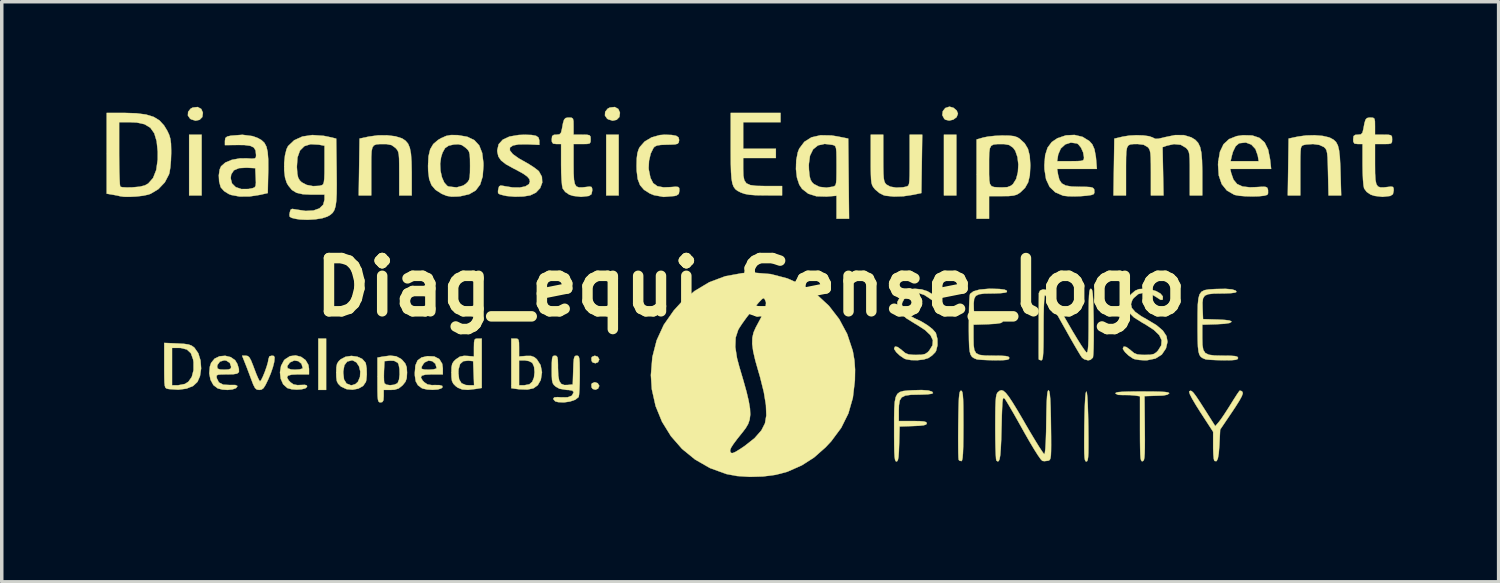
<source format=kicad_pcb>
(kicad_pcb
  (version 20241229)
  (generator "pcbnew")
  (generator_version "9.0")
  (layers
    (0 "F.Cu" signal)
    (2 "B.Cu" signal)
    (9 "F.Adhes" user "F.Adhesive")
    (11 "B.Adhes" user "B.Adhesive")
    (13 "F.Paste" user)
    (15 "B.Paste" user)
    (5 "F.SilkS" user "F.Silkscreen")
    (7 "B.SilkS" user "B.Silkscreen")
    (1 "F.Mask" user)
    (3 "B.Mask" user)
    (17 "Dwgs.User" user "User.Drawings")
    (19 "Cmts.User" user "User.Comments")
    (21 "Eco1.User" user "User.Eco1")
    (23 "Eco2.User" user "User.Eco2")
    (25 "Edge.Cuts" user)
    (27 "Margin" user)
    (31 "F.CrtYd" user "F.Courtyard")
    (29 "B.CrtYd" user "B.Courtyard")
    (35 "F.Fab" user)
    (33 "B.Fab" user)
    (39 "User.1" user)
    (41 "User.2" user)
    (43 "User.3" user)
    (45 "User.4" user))
  (footprint "Diag_equi_Sense_logo"
    (layer "F.Cu")
    (at 18.453 5.174)
    (property "Reference" "Diag_equi_Sense_logo" (at 0 0 0) (layer "F.SilkS") (effects (font (size 1.524 1.524) (thickness 0.3))))
    (attr through_hole)
    (fp_poly (pts (xy -15.73 -2.629) (xy -16.087 -2.629) (xy -16.087 -4.367) (xy -15.73 -4.367) (xy -15.73 -2.629)) (stroke (width 0.01) (type solid)) (fill yes) (layer "F.SilkS"))
    (fp_poly (pts (xy -12.165 2.941) (xy -12.388 2.941) (xy -12.388 1.471) (xy -12.165 1.471) (xy -12.165 2.941)) (stroke (width 0.01) (type solid)) (fill yes) (layer "F.SilkS"))
    (fp_poly (pts (xy -3.788 -2.629) (xy -4.144 -2.629) (xy -4.144 -4.367) (xy -3.788 -4.367) (xy -3.788 -2.629)) (stroke (width 0.01) (type solid)) (fill yes) (layer "F.SilkS"))
    (fp_poly (pts (xy 5.882 -2.629) (xy 5.526 -2.629) (xy 5.526 -4.367) (xy 5.882 -4.367) (xy 5.882 -2.629)) (stroke (width 0.01) (type solid)) (fill yes) (layer "F.SilkS"))
    (fp_poly (pts (xy -4.388 1.99) (xy -4.345 2.062) (xy -4.345 2.073) (xy -4.379 2.147) (xy -4.454 2.177) (xy -4.531 2.155) (xy -4.563 2.112) (xy -4.569 2.027) (xy -4.551 1.994) (xy -4.471 1.962) (xy -4.388 1.99)) (stroke (width 0.01) (type solid)) (fill yes) (layer "F.SilkS"))
    (fp_poly (pts (xy -4.388 2.748) (xy -4.345 2.82) (xy -4.345 2.83) (xy -4.379 2.905) (xy -4.454 2.935) (xy -4.531 2.913) (xy -4.563 2.869) (xy -4.569 2.784) (xy -4.551 2.751) (xy -4.471 2.72) (xy -4.388 2.748)) (stroke (width 0.01) (type solid)) (fill yes) (layer "F.SilkS"))
    (fp_poly (pts (xy -15.74 -5.104) (xy -15.693 -4.995) (xy -15.71 -4.873) (xy -15.787 -4.794) (xy -15.902 -4.768) (xy -16.03 -4.807) (xy -16.06 -4.826) (xy -16.123 -4.917) (xy -16.116 -5.022) (xy -16.045 -5.112) (xy -15.984 -5.144) (xy -15.843 -5.16) (xy -15.74 -5.104)) (stroke (width 0.01) (type solid)) (fill yes) (layer "F.SilkS"))
    (fp_poly (pts (xy -3.798 -5.104) (xy -3.751 -4.995) (xy -3.768 -4.873) (xy -3.845 -4.794) (xy -3.959 -4.768) (xy -4.088 -4.807) (xy -4.118 -4.826) (xy -4.181 -4.917) (xy -4.174 -5.022) (xy -4.103 -5.112) (xy -4.042 -5.144) (xy -3.9 -5.16) (xy -3.798 -5.104)) (stroke (width 0.01) (type solid)) (fill yes) (layer "F.SilkS"))
    (fp_poly (pts (xy 5.8 -5.137) (xy 5.891 -5.059) (xy 5.927 -4.969) (xy 5.888 -4.869) (xy 5.794 -4.799) (xy 5.676 -4.771) (xy 5.566 -4.797) (xy 5.535 -4.822) (xy 5.479 -4.928) (xy 5.494 -5.041) (xy 5.565 -5.131) (xy 5.682 -5.169) (xy 5.687 -5.169) (xy 5.8 -5.137)) (stroke (width 0.01) (type solid)) (fill yes) (layer "F.SilkS"))
    (fp_poly (pts (xy 6.038 2.974) (xy 6.054 3.012) (xy 6.066 3.088) (xy 6.075 3.213) (xy 6.08 3.396) (xy 6.082 3.649) (xy 6.083 3.962) (xy 6.081 4.306) (xy 6.077 4.569) (xy 6.07 4.759) (xy 6.059 4.886) (xy 6.044 4.957) (xy 6.027 4.98) (xy 5.964 4.963) (xy 5.948 4.938) (xy 5.942 4.877) (xy 5.937 4.741) (xy 5.935 4.544) (xy 5.934 4.299) (xy 5.936 4.022) (xy 5.937 3.92) (xy 5.942 3.6) (xy 5.948 3.358) (xy 5.955 3.185) (xy 5.966 3.069) (xy 5.98 3.001) (xy 5.999 2.969) (xy 6.016 2.963) (xy 6.038 2.974)) (stroke (width 0.01) (type solid)) (fill yes) (layer "F.SilkS"))
    (fp_poly (pts (xy 9.619 3.029) (xy 9.633 3.157) (xy 9.644 3.362) (xy 9.653 3.641) (xy 9.66 3.987) (xy 9.66 3.988) (xy 9.663 4.315) (xy 9.663 4.564) (xy 9.661 4.744) (xy 9.654 4.866) (xy 9.643 4.941) (xy 9.627 4.979) (xy 9.606 4.991) (xy 9.603 4.991) (xy 9.581 4.982) (xy 9.564 4.947) (xy 9.553 4.877) (xy 9.546 4.761) (xy 9.543 4.588) (xy 9.543 4.349) (xy 9.546 4.032) (xy 9.546 3.988) (xy 9.553 3.642) (xy 9.562 3.363) (xy 9.573 3.157) (xy 9.587 3.03) (xy 9.603 2.986) (xy 9.603 2.986) (xy 9.619 3.029)) (stroke (width 0.01) (type solid)) (fill yes) (layer "F.SilkS"))
    (fp_poly (pts (xy 0.847 -4.724) (xy -0.223 -4.724) (xy -0.223 -3.966) (xy 0.713 -3.966) (xy 0.713 -3.699) (xy -0.223 -3.699) (xy -0.223 -3.387) (xy -0.217 -3.195) (xy -0.19 -3.061) (xy -0.13 -2.975) (xy -0.022 -2.925) (xy 0.147 -2.902) (xy 0.389 -2.897) (xy 0.423 -2.896) (xy 0.891 -2.896) (xy 0.891 -2.629) (xy 0.39 -2.63) (xy 0.139 -2.634) (xy -0.045 -2.648) (xy -0.181 -2.673) (xy -0.291 -2.712) (xy -0.378 -2.756) (xy -0.446 -2.807) (xy -0.496 -2.875) (xy -0.532 -2.972) (xy -0.556 -3.109) (xy -0.57 -3.297) (xy -0.577 -3.547) (xy -0.579 -3.872) (xy -0.579 -4.013) (xy -0.579 -4.991) (xy 0.847 -4.991) (xy 0.847 -4.724)) (stroke (width 0.01) (type solid)) (fill yes) (layer "F.SilkS"))
    (fp_poly (pts (xy -14.408 1.971) (xy -14.362 2.011) (xy -14.314 2.098) (xy -14.254 2.248) (xy -14.224 2.328) (xy -14.161 2.493) (xy -14.106 2.619) (xy -14.067 2.688) (xy -14.057 2.696) (xy -14.024 2.657) (xy -13.975 2.558) (xy -13.92 2.424) (xy -13.869 2.279) (xy -13.831 2.149) (xy -13.816 2.061) (xy -13.789 1.98) (xy -13.719 1.961) (xy -13.661 1.969) (xy -13.64 2.011) (xy -13.648 2.109) (xy -13.654 2.15) (xy -13.689 2.289) (xy -13.75 2.467) (xy -13.823 2.64) (xy -13.899 2.797) (xy -13.957 2.889) (xy -14.013 2.931) (xy -14.079 2.941) (xy -14.149 2.931) (xy -14.201 2.886) (xy -14.251 2.789) (xy -14.291 2.685) (xy -14.362 2.494) (xy -14.439 2.291) (xy -14.477 2.195) (xy -14.57 1.961) (xy -14.464 1.961) (xy -14.408 1.971)) (stroke (width 0.01) (type solid)) (fill yes) (layer "F.SilkS"))
    (fp_poly (pts (xy -6.688 1.477) (xy -6.655 1.509) (xy -6.642 1.588) (xy -6.64 1.727) (xy -6.64 1.984) (xy -6.441 1.968) (xy -6.3 1.967) (xy -6.203 2.003) (xy -6.132 2.063) (xy -6.024 2.231) (xy -5.984 2.435) (xy -6.017 2.647) (xy -6.023 2.664) (xy -6.105 2.806) (xy -6.227 2.894) (xy -6.402 2.931) (xy -6.641 2.922) (xy -6.74 2.909) (xy -6.862 2.891) (xy -6.862 2.094) (xy -6.64 2.094) (xy -6.64 2.807) (xy -6.486 2.807) (xy -6.345 2.78) (xy -6.263 2.708) (xy -6.213 2.585) (xy -6.196 2.43) (xy -6.21 2.28) (xy -6.258 2.171) (xy -6.264 2.164) (xy -6.356 2.116) (xy -6.481 2.094) (xy -6.487 2.094) (xy -6.64 2.094) (xy -6.862 2.094) (xy -6.862 1.471) (xy -6.751 1.471) (xy -6.688 1.477)) (stroke (width 0.01) (type solid)) (fill yes) (layer "F.SilkS"))
    (fp_poly (pts (xy -10.182 -4.321) (xy -9.997 -4.263) (xy -9.987 -4.259) (xy -9.89 -4.194) (xy -9.818 -4.109) (xy -9.768 -3.989) (xy -9.736 -3.822) (xy -9.72 -3.593) (xy -9.714 -3.29) (xy -9.714 -3.254) (xy -9.714 -2.629) (xy -10.071 -2.629) (xy -10.071 -3.255) (xy -10.072 -3.503) (xy -10.075 -3.679) (xy -10.084 -3.798) (xy -10.101 -3.877) (xy -10.128 -3.931) (xy -10.168 -3.978) (xy -10.18 -3.99) (xy -10.292 -4.07) (xy -10.435 -4.098) (xy -10.481 -4.099) (xy -10.624 -4.099) (xy -10.727 -4.09) (xy -10.797 -4.061) (xy -10.84 -4) (xy -10.863 -3.893) (xy -10.872 -3.728) (xy -10.873 -3.493) (xy -10.873 -3.337) (xy -10.873 -2.629) (xy -11.231 -2.629) (xy -11.219 -3.442) (xy -11.207 -4.256) (xy -10.94 -4.313) (xy -10.683 -4.348) (xy -10.421 -4.35) (xy -10.182 -4.321)) (stroke (width 0.01) (type solid)) (fill yes) (layer "F.SilkS"))
    (fp_poly (pts (xy -7.709 2.885) (xy -7.876 2.912) (xy -8.102 2.939) (xy -8.267 2.928) (xy -8.394 2.877) (xy -8.453 2.834) (xy -8.523 2.763) (xy -8.561 2.686) (xy -8.576 2.573) (xy -8.578 2.451) (xy -8.378 2.451) (xy -8.357 2.635) (xy -8.29 2.749) (xy -8.168 2.801) (xy -8.083 2.807) (xy -7.928 2.807) (xy -7.941 2.462) (xy -7.954 2.117) (xy -8.093 2.103) (xy -8.237 2.118) (xy -8.329 2.199) (xy -8.373 2.351) (xy -8.378 2.451) (xy -8.578 2.451) (xy -8.574 2.293) (xy -8.554 2.193) (xy -8.508 2.121) (xy -8.448 2.064) (xy -8.337 1.989) (xy -8.216 1.965) (xy -8.125 1.968) (xy -7.932 1.984) (xy -7.932 1.727) (xy -7.929 1.583) (xy -7.915 1.506) (xy -7.881 1.476) (xy -7.821 1.471) (xy -7.709 1.471) (xy -7.709 2.885)) (stroke (width 0.01) (type solid)) (fill yes) (layer "F.SilkS"))
    (fp_poly (pts (xy 16.372 -4.332) (xy 16.554 -4.29) (xy 16.587 -4.276) (xy 16.684 -4.223) (xy 16.755 -4.155) (xy 16.806 -4.059) (xy 16.84 -3.921) (xy 16.862 -3.729) (xy 16.876 -3.468) (xy 16.881 -3.309) (xy 16.9 -2.629) (xy 16.539 -2.629) (xy 16.524 -3.279) (xy 16.518 -3.533) (xy 16.511 -3.714) (xy 16.499 -3.836) (xy 16.482 -3.914) (xy 16.456 -3.965) (xy 16.418 -4.003) (xy 16.405 -4.015) (xy 16.274 -4.075) (xy 16.095 -4.1) (xy 15.9 -4.087) (xy 15.83 -4.072) (xy 15.793 -4.059) (xy 15.766 -4.034) (xy 15.748 -3.985) (xy 15.738 -3.897) (xy 15.732 -3.757) (xy 15.73 -3.553) (xy 15.73 -3.337) (xy 15.73 -2.629) (xy 15.372 -2.629) (xy 15.384 -3.442) (xy 15.396 -4.256) (xy 15.663 -4.313) (xy 15.896 -4.345) (xy 16.142 -4.351) (xy 16.372 -4.332)) (stroke (width 0.01) (type solid)) (fill yes) (layer "F.SilkS"))
    (fp_poly (pts (xy -16.424 1.611) (xy -16.231 1.622) (xy -16.103 1.641) (xy -16.016 1.673) (xy -15.945 1.724) (xy -15.934 1.735) (xy -15.825 1.892) (xy -15.761 2.099) (xy -15.744 2.327) (xy -15.777 2.547) (xy -15.849 2.711) (xy -15.974 2.828) (xy -16.163 2.904) (xy -16.397 2.935) (xy -16.66 2.917) (xy -16.699 2.91) (xy -16.738 2.899) (xy -16.766 2.876) (xy -16.783 2.825) (xy -16.794 2.734) (xy -16.798 2.589) (xy -16.8 2.375) (xy -16.8 2.243) (xy -16.8 1.738) (xy -16.577 1.738) (xy -16.577 2.807) (xy -16.401 2.807) (xy -16.208 2.77) (xy -16.109 2.707) (xy -16.012 2.569) (xy -15.961 2.375) (xy -15.961 2.147) (xy -15.972 2.072) (xy -16.036 1.892) (xy -16.151 1.784) (xy -16.325 1.74) (xy -16.376 1.738) (xy -16.577 1.738) (xy -16.8 1.738) (xy -16.8 1.595) (xy -16.424 1.611)) (stroke (width 0.01) (type solid)) (fill yes) (layer "F.SilkS"))
    (fp_poly (pts (xy 3.788 -3.699) (xy 3.789 -3.438) (xy 3.793 -3.252) (xy 3.802 -3.124) (xy 3.817 -3.04) (xy 3.841 -2.985) (xy 3.875 -2.943) (xy 3.877 -2.941) (xy 3.991 -2.879) (xy 4.159 -2.851) (xy 4.35 -2.86) (xy 4.445 -2.88) (xy 4.482 -2.893) (xy 4.509 -2.917) (xy 4.527 -2.965) (xy 4.537 -3.051) (xy 4.543 -3.188) (xy 4.545 -3.389) (xy 4.545 -3.637) (xy 4.545 -4.367) (xy 4.904 -4.367) (xy 4.892 -3.531) (xy 4.879 -2.696) (xy 4.634 -2.645) (xy 4.36 -2.604) (xy 4.091 -2.596) (xy 3.862 -2.619) (xy 3.803 -2.633) (xy 3.679 -2.696) (xy 3.56 -2.795) (xy 3.546 -2.811) (xy 3.503 -2.865) (xy 3.472 -2.919) (xy 3.452 -2.988) (xy 3.44 -3.088) (xy 3.434 -3.234) (xy 3.431 -3.441) (xy 3.431 -3.657) (xy 3.431 -4.367) (xy 3.788 -4.367) (xy 3.788 -3.699)) (stroke (width 0.01) (type solid)) (fill yes) (layer "F.SilkS"))
    (fp_poly (pts (xy -11.273 1.989) (xy -11.131 2.053) (xy -11.039 2.157) (xy -11.029 2.182) (xy -11.005 2.322) (xy -11 2.497) (xy -11.014 2.657) (xy -11.027 2.712) (xy -11.106 2.827) (xy -11.241 2.903) (xy -11.407 2.935) (xy -11.578 2.919) (xy -11.728 2.851) (xy -11.751 2.834) (xy -11.821 2.763) (xy -11.859 2.686) (xy -11.873 2.573) (xy -11.876 2.451) (xy -11.675 2.451) (xy -11.652 2.642) (xy -11.58 2.759) (xy -11.458 2.806) (xy -11.429 2.807) (xy -11.324 2.772) (xy -11.254 2.708) (xy -11.195 2.568) (xy -11.186 2.413) (xy -11.222 2.267) (xy -11.296 2.154) (xy -11.4 2.097) (xy -11.429 2.094) (xy -11.561 2.129) (xy -11.642 2.233) (xy -11.674 2.41) (xy -11.675 2.451) (xy -11.876 2.451) (xy -11.871 2.292) (xy -11.851 2.192) (xy -11.805 2.12) (xy -11.751 2.068) (xy -11.609 1.992) (xy -11.441 1.967) (xy -11.273 1.989)) (stroke (width 0.01) (type solid)) (fill yes) (layer "F.SilkS"))
    (fp_poly (pts (xy 14.046 2.973) (xy 14.075 3) (xy 14.082 3.044) (xy 14.053 3.125) (xy 13.983 3.252) (xy 13.867 3.436) (xy 13.779 3.568) (xy 13.435 4.077) (xy 13.413 4.519) (xy 13.395 4.755) (xy 13.369 4.906) (xy 13.334 4.979) (xy 13.286 4.979) (xy 13.265 4.962) (xy 13.252 4.907) (xy 13.241 4.784) (xy 13.235 4.617) (xy 13.235 4.536) (xy 13.235 4.141) (xy 12.872 3.583) (xy 12.736 3.367) (xy 12.632 3.189) (xy 12.567 3.061) (xy 12.547 2.992) (xy 12.549 2.985) (xy 12.581 2.965) (xy 12.618 2.974) (xy 12.67 3.022) (xy 12.742 3.117) (xy 12.845 3.271) (xy 12.986 3.491) (xy 12.988 3.493) (xy 13.295 3.979) (xy 13.398 3.859) (xy 13.466 3.769) (xy 13.563 3.626) (xy 13.674 3.454) (xy 13.733 3.36) (xy 13.834 3.198) (xy 13.919 3.066) (xy 13.978 2.982) (xy 13.996 2.961) (xy 14.046 2.973)) (stroke (width 0.01) (type solid)) (fill yes) (layer "F.SilkS"))
    (fp_poly (pts (xy 11.501 2.987) (xy 11.716 2.992) (xy 11.86 3) (xy 11.944 3.013) (xy 11.975 3.032) (xy 11.975 3.041) (xy 11.922 3.078) (xy 11.808 3.1) (xy 11.76 3.103) (xy 11.597 3.108) (xy 11.443 3.113) (xy 11.417 3.114) (xy 11.269 3.119) (xy 11.277 4.044) (xy 11.279 4.356) (xy 11.278 4.59) (xy 11.274 4.758) (xy 11.266 4.87) (xy 11.254 4.937) (xy 11.235 4.971) (xy 11.212 4.983) (xy 11.188 4.98) (xy 11.17 4.953) (xy 11.157 4.892) (xy 11.149 4.786) (xy 11.144 4.623) (xy 11.141 4.394) (xy 11.14 4.087) (xy 11.14 4.06) (xy 11.14 3.123) (xy 10.996 3.101) (xy 10.855 3.089) (xy 10.69 3.087) (xy 10.655 3.088) (xy 10.514 3.082) (xy 10.443 3.049) (xy 10.439 3.041) (xy 10.452 3.02) (xy 10.512 3.005) (xy 10.628 2.995) (xy 10.811 2.989) (xy 11.07 2.986) (xy 11.207 2.986) (xy 11.501 2.987)) (stroke (width 0.01) (type solid)) (fill yes) (layer "F.SilkS"))
    (fp_poly (pts (xy -12.883 1.993) (xy -12.753 2.087) (xy -12.672 2.226) (xy -12.655 2.337) (xy -12.655 2.495) (xy -12.967 2.495) (xy -13.154 2.504) (xy -13.258 2.533) (xy -13.284 2.586) (xy -13.235 2.67) (xy -13.186 2.722) (xy -13.098 2.784) (xy -12.983 2.804) (xy -12.895 2.8) (xy -12.771 2.796) (xy -12.716 2.814) (xy -12.71 2.852) (xy -12.759 2.896) (xy -12.868 2.923) (xy -13.008 2.933) (xy -13.15 2.922) (xy -13.268 2.89) (xy -13.278 2.885) (xy -13.395 2.779) (xy -13.465 2.621) (xy -13.486 2.438) (xy -13.456 2.259) (xy -13.278 2.259) (xy -13.265 2.322) (xy -13.169 2.355) (xy -13.056 2.362) (xy -12.924 2.353) (xy -12.846 2.33) (xy -12.834 2.314) (xy -12.87 2.192) (xy -12.96 2.117) (xy -13.077 2.099) (xy -13.193 2.15) (xy -13.209 2.164) (xy -13.278 2.259) (xy -13.456 2.259) (xy -13.456 2.254) (xy -13.372 2.097) (xy -13.345 2.067) (xy -13.2 1.975) (xy -13.039 1.953) (xy -12.883 1.993)) (stroke (width 0.01) (type solid)) (fill yes) (layer "F.SilkS"))
    (fp_poly (pts (xy -9.068 1.983) (xy -8.923 2.058) (xy -8.841 2.192) (xy -8.823 2.32) (xy -8.823 2.495) (xy -9.135 2.495) (xy -9.322 2.504) (xy -9.426 2.533) (xy -9.451 2.586) (xy -9.403 2.67) (xy -9.355 2.721) (xy -9.262 2.784) (xy -9.136 2.804) (xy -9.067 2.802) (xy -8.92 2.803) (xy -8.839 2.826) (xy -8.832 2.866) (xy -8.869 2.898) (xy -8.968 2.928) (xy -9.116 2.938) (xy -9.272 2.929) (xy -9.399 2.901) (xy -9.425 2.89) (xy -9.536 2.807) (xy -9.599 2.694) (xy -9.624 2.528) (xy -9.625 2.447) (xy -9.611 2.285) (xy -9.433 2.285) (xy -9.429 2.336) (xy -9.357 2.357) (xy -9.224 2.362) (xy -9.092 2.353) (xy -9.013 2.33) (xy -9.001 2.314) (xy -9.036 2.192) (xy -9.123 2.118) (xy -9.234 2.102) (xy -9.341 2.152) (xy -9.378 2.193) (xy -9.433 2.285) (xy -9.611 2.285) (xy -9.607 2.237) (xy -9.546 2.096) (xy -9.432 2.012) (xy -9.267 1.974) (xy -9.068 1.983)) (stroke (width 0.01) (type solid)) (fill yes) (layer "F.SilkS"))
    (fp_poly (pts (xy -2.27 -4.359) (xy -2.14 -4.335) (xy -2.074 -4.289) (xy -2.057 -4.217) (xy -2.059 -4.199) (xy -2.07 -4.141) (xy -2.102 -4.107) (xy -2.173 -4.09) (xy -2.304 -4.083) (xy -2.399 -4.082) (xy -2.577 -4.075) (xy -2.689 -4.058) (xy -2.757 -4.025) (xy -2.79 -3.99) (xy -2.87 -3.828) (xy -2.919 -3.621) (xy -2.93 -3.413) (xy -2.925 -3.362) (xy -2.878 -3.132) (xy -2.8 -2.979) (xy -2.678 -2.891) (xy -2.5 -2.859) (xy -2.306 -2.866) (xy -2.162 -2.877) (xy -2.086 -2.871) (xy -2.055 -2.841) (xy -2.05 -2.777) (xy -2.05 -2.764) (xy -2.066 -2.673) (xy -2.13 -2.627) (xy -2.189 -2.612) (xy -2.502 -2.586) (xy -2.785 -2.638) (xy -2.897 -2.685) (xy -3.063 -2.791) (xy -3.176 -2.923) (xy -3.243 -3.098) (xy -3.272 -3.333) (xy -3.275 -3.476) (xy -3.27 -3.688) (xy -3.251 -3.839) (xy -3.215 -3.953) (xy -3.185 -4.011) (xy -3.045 -4.17) (xy -2.845 -4.29) (xy -2.61 -4.356) (xy -2.475 -4.366) (xy -2.27 -4.359)) (stroke (width 0.01) (type solid)) (fill yes) (layer "F.SilkS"))
    (fp_poly (pts (xy -14.897 2.002) (xy -14.77 2.091) (xy -14.707 2.196) (xy -14.663 2.339) (xy -14.661 2.428) (xy -14.714 2.474) (xy -14.832 2.493) (xy -14.989 2.495) (xy -15.157 2.497) (xy -15.253 2.504) (xy -15.296 2.525) (xy -15.302 2.566) (xy -15.295 2.608) (xy -15.235 2.727) (xy -15.109 2.791) (xy -14.913 2.801) (xy -14.901 2.8) (xy -14.765 2.8) (xy -14.707 2.827) (xy -14.705 2.836) (xy -14.745 2.89) (xy -14.847 2.926) (xy -14.986 2.941) (xy -15.136 2.931) (xy -15.269 2.897) (xy -15.392 2.803) (xy -15.475 2.651) (xy -15.511 2.466) (xy -15.494 2.282) (xy -15.285 2.282) (xy -15.268 2.332) (xy -15.204 2.356) (xy -15.084 2.362) (xy -14.957 2.355) (xy -14.897 2.33) (xy -14.884 2.282) (xy -14.922 2.168) (xy -15.023 2.102) (xy -15.084 2.094) (xy -15.206 2.13) (xy -15.276 2.225) (xy -15.285 2.282) (xy -15.494 2.282) (xy -15.493 2.272) (xy -15.458 2.168) (xy -15.359 2.046) (xy -15.217 1.978) (xy -15.054 1.964) (xy -14.897 2.002)) (stroke (width 0.01) (type solid)) (fill yes) (layer "F.SilkS"))
    (fp_poly (pts (xy 5.076 2.957) (xy 5.186 2.99) (xy 5.214 3.031) (xy 5.172 3.052) (xy 5.058 3.067) (xy 4.889 3.074) (xy 4.823 3.075) (xy 4.583 3.08) (xy 4.419 3.103) (xy 4.315 3.155) (xy 4.259 3.245) (xy 4.237 3.385) (xy 4.233 3.523) (xy 4.233 3.832) (xy 4.634 3.832) (xy 4.831 3.835) (xy 4.954 3.845) (xy 5.017 3.864) (xy 5.035 3.896) (xy 5.035 3.897) (xy 5.016 3.931) (xy 4.949 3.953) (xy 4.821 3.967) (xy 4.646 3.975) (xy 4.256 3.988) (xy 4.243 4.49) (xy 4.235 4.714) (xy 4.224 4.862) (xy 4.207 4.949) (xy 4.183 4.986) (xy 4.165 4.991) (xy 4.143 4.979) (xy 4.126 4.937) (xy 4.114 4.854) (xy 4.106 4.719) (xy 4.102 4.522) (xy 4.1 4.251) (xy 4.1 4.082) (xy 4.1 3.741) (xy 4.105 3.479) (xy 4.118 3.285) (xy 4.145 3.147) (xy 4.192 3.057) (xy 4.262 3.002) (xy 4.36 2.973) (xy 4.492 2.959) (xy 4.624 2.951) (xy 4.887 2.944) (xy 5.076 2.957)) (stroke (width 0.01) (type solid)) (fill yes) (layer "F.SilkS"))
    (fp_poly (pts (xy -10.16 1.978) (xy -10.025 2.049) (xy -9.978 2.091) (xy -9.897 2.188) (xy -9.858 2.29) (xy -9.848 2.437) (xy -9.848 2.451) (xy -9.857 2.603) (xy -9.893 2.707) (xy -9.97 2.803) (xy -9.978 2.811) (xy -10.086 2.898) (xy -10.204 2.935) (xy -10.313 2.941) (xy -10.516 2.941) (xy -10.516 3.119) (xy -10.524 3.236) (xy -10.554 3.287) (xy -10.606 3.298) (xy -10.64 3.293) (xy -10.665 3.27) (xy -10.681 3.216) (xy -10.69 3.117) (xy -10.694 2.959) (xy -10.695 2.729) (xy -10.695 2.657) (xy -10.695 2.56) (xy -10.511 2.56) (xy -10.507 2.686) (xy -10.498 2.747) (xy -10.44 2.791) (xy -10.334 2.806) (xy -10.218 2.793) (xy -10.128 2.753) (xy -10.116 2.741) (xy -10.077 2.645) (xy -10.06 2.5) (xy -10.064 2.344) (xy -10.088 2.214) (xy -10.114 2.163) (xy -10.218 2.107) (xy -10.334 2.103) (xy -10.494 2.117) (xy -10.508 2.402) (xy -10.511 2.56) (xy -10.695 2.56) (xy -10.695 2.016) (xy -10.555 1.989) (xy -10.33 1.959) (xy -10.16 1.978)) (stroke (width 0.01) (type solid)) (fill yes) (layer "F.SilkS"))
    (fp_poly (pts (xy 2.307 -4.345) (xy 2.473 -4.318) (xy 2.785 -4.256) (xy 2.797 -3.108) (xy 2.809 -1.961) (xy 2.451 -1.961) (xy 2.451 -2.619) (xy 2.169 -2.596) (xy 1.877 -2.604) (xy 1.642 -2.677) (xy 1.465 -2.815) (xy 1.384 -2.936) (xy 1.318 -3.135) (xy 1.289 -3.381) (xy 1.293 -3.514) (xy 1.656 -3.514) (xy 1.66 -3.371) (xy 1.677 -3.196) (xy 1.703 -3.084) (xy 1.748 -3.007) (xy 1.802 -2.954) (xy 1.96 -2.874) (xy 2.163 -2.851) (xy 2.351 -2.88) (xy 2.392 -2.895) (xy 2.42 -2.923) (xy 2.437 -2.981) (xy 2.447 -3.082) (xy 2.45 -3.242) (xy 2.451 -3.475) (xy 2.451 -3.476) (xy 2.45 -3.71) (xy 2.447 -3.87) (xy 2.437 -3.971) (xy 2.42 -4.028) (xy 2.392 -4.057) (xy 2.351 -4.072) (xy 2.351 -4.072) (xy 2.111 -4.104) (xy 1.92 -4.062) (xy 1.779 -3.948) (xy 1.69 -3.765) (xy 1.656 -3.514) (xy 1.293 -3.514) (xy 1.297 -3.636) (xy 1.342 -3.865) (xy 1.383 -3.969) (xy 1.529 -4.163) (xy 1.732 -4.291) (xy 1.992 -4.351) (xy 2.307 -4.345)) (stroke (width 0.01) (type solid)) (fill yes) (layer "F.SilkS"))
    (fp_poly (pts (xy 14.354 -4.345) (xy 14.559 -4.277) (xy 14.709 -4.144) (xy 14.809 -3.94) (xy 14.864 -3.665) (xy 14.895 -3.387) (xy 13.723 -3.387) (xy 13.752 -3.264) (xy 13.817 -3.079) (xy 13.92 -2.955) (xy 14.074 -2.884) (xy 14.289 -2.86) (xy 14.467 -2.866) (xy 14.632 -2.876) (xy 14.729 -2.874) (xy 14.778 -2.855) (xy 14.799 -2.812) (xy 14.806 -2.78) (xy 14.807 -2.688) (xy 14.784 -2.645) (xy 14.695 -2.62) (xy 14.544 -2.604) (xy 14.358 -2.599) (xy 14.163 -2.604) (xy 13.987 -2.618) (xy 13.856 -2.642) (xy 13.836 -2.649) (xy 13.627 -2.77) (xy 13.48 -2.953) (xy 13.396 -3.199) (xy 13.375 -3.507) (xy 13.38 -3.596) (xy 13.383 -3.609) (xy 13.734 -3.609) (xy 14.539 -3.609) (xy 14.512 -3.772) (xy 14.446 -3.957) (xy 14.328 -4.084) (xy 14.171 -4.143) (xy 13.992 -4.124) (xy 13.972 -4.117) (xy 13.878 -4.036) (xy 13.801 -3.877) (xy 13.767 -3.755) (xy 13.734 -3.609) (xy 13.383 -3.609) (xy 13.43 -3.88) (xy 13.532 -4.094) (xy 13.691 -4.241) (xy 13.91 -4.327) (xy 14.087 -4.352) (xy 14.354 -4.345)) (stroke (width 0.01) (type solid)) (fill yes) (layer "F.SilkS"))
    (fp_poly (pts (xy -6.281 -4.359) (xy -6.152 -4.334) (xy -6.084 -4.286) (xy -6.061 -4.209) (xy -6.06 -4.194) (xy -6.06 -4.076) (xy -6.389 -4.092) (xy -6.643 -4.091) (xy -6.814 -4.059) (xy -6.901 -4) (xy -6.903 -3.917) (xy -6.82 -3.812) (xy -6.649 -3.689) (xy -6.528 -3.621) (xy -6.355 -3.522) (xy -6.202 -3.423) (xy -6.094 -3.34) (xy -6.071 -3.317) (xy -5.986 -3.162) (xy -5.977 -2.995) (xy -6.037 -2.837) (xy -6.158 -2.708) (xy -6.319 -2.631) (xy -6.52 -2.598) (xy -6.76 -2.592) (xy -6.994 -2.612) (xy -7.076 -2.629) (xy -7.191 -2.659) (xy -7.24 -2.693) (xy -7.243 -2.755) (xy -7.233 -2.813) (xy -7.211 -2.888) (xy -7.166 -2.912) (xy -7.068 -2.897) (xy -7.048 -2.892) (xy -6.819 -2.856) (xy -6.618 -2.855) (xy -6.459 -2.887) (xy -6.358 -2.95) (xy -6.328 -3.025) (xy -6.345 -3.096) (xy -6.405 -3.168) (xy -6.519 -3.25) (xy -6.7 -3.35) (xy -6.803 -3.403) (xy -7.015 -3.52) (xy -7.154 -3.628) (xy -7.232 -3.742) (xy -7.262 -3.876) (xy -7.264 -3.924) (xy -7.224 -4.095) (xy -7.106 -4.225) (xy -6.914 -4.314) (xy -6.648 -4.359) (xy -6.484 -4.365) (xy -6.281 -4.359)) (stroke (width 0.01) (type solid)) (fill yes) (layer "F.SilkS"))
    (fp_poly (pts (xy 7.4 -4.34) (xy 7.532 -4.325) (xy 7.626 -4.294) (xy 7.695 -4.251) (xy 7.838 -4.119) (xy 7.931 -3.963) (xy 7.982 -3.764) (xy 7.999 -3.502) (xy 7.999 -3.476) (xy 7.985 -3.207) (xy 7.937 -3.003) (xy 7.848 -2.845) (xy 7.709 -2.711) (xy 7.695 -2.701) (xy 7.615 -2.652) (xy 7.518 -2.624) (xy 7.38 -2.61) (xy 7.193 -2.608) (xy 6.818 -2.608) (xy 6.818 -1.961) (xy 6.461 -1.961) (xy 6.461 -3.474) (xy 6.818 -3.474) (xy 6.818 -3.231) (xy 6.824 -3.063) (xy 6.844 -2.956) (xy 6.886 -2.895) (xy 6.959 -2.868) (xy 7.072 -2.86) (xy 7.188 -2.857) (xy 7.341 -2.865) (xy 7.445 -2.906) (xy 7.505 -2.956) (xy 7.594 -3.099) (xy 7.644 -3.294) (xy 7.657 -3.512) (xy 7.632 -3.726) (xy 7.569 -3.907) (xy 7.505 -3.995) (xy 7.393 -4.072) (xy 7.244 -4.099) (xy 7.21 -4.099) (xy 7.055 -4.098) (xy 6.947 -4.086) (xy 6.878 -4.049) (xy 6.84 -3.974) (xy 6.822 -3.847) (xy 6.818 -3.655) (xy 6.818 -3.474) (xy 6.461 -3.474) (xy 6.461 -4.23) (xy 6.651 -4.285) (xy 6.789 -4.313) (xy 6.978 -4.333) (xy 7.18 -4.343) (xy 7.205 -4.343) (xy 7.4 -4.34)) (stroke (width 0.01) (type solid)) (fill yes) (layer "F.SilkS"))
    (fp_poly (pts (xy -4.953 1.966) (xy -4.929 1.992) (xy -4.914 2.052) (xy -4.906 2.16) (xy -4.903 2.332) (xy -4.902 2.529) (xy -4.905 2.748) (xy -4.912 2.936) (xy -4.922 3.074) (xy -4.934 3.143) (xy -4.936 3.146) (xy -5.03 3.221) (xy -5.18 3.273) (xy -5.355 3.298) (xy -5.522 3.29) (xy -5.604 3.268) (xy -5.655 3.211) (xy -5.659 3.189) (xy -5.631 3.155) (xy -5.537 3.147) (xy -5.437 3.154) (xy -5.248 3.152) (xy -5.127 3.105) (xy -5.08 3.014) (xy -5.08 3.002) (xy -5.115 2.96) (xy -5.225 2.942) (xy -5.275 2.941) (xy -5.482 2.907) (xy -5.586 2.849) (xy -5.643 2.799) (xy -5.677 2.743) (xy -5.696 2.66) (xy -5.703 2.528) (xy -5.704 2.359) (xy -5.702 2.169) (xy -5.695 2.051) (xy -5.679 1.989) (xy -5.649 1.964) (xy -5.615 1.961) (xy -5.57 1.968) (xy -5.543 2.003) (xy -5.53 2.084) (xy -5.526 2.227) (xy -5.526 2.309) (xy -5.518 2.533) (xy -5.49 2.682) (xy -5.435 2.767) (xy -5.346 2.801) (xy -5.256 2.8) (xy -5.102 2.785) (xy -5.089 2.373) (xy -5.082 2.179) (xy -5.071 2.057) (xy -5.053 1.991) (xy -5.023 1.965) (xy -4.989 1.961) (xy -4.953 1.966)) (stroke (width 0.01) (type solid)) (fill yes) (layer "F.SilkS"))
    (fp_poly (pts (xy -5.136 -4.853) (xy -5.097 -4.825) (xy -5.082 -4.752) (xy -5.08 -4.612) (xy -5.08 -4.367) (xy -4.835 -4.367) (xy -4.695 -4.365) (xy -4.622 -4.35) (xy -4.594 -4.311) (xy -4.59 -4.235) (xy -4.59 -4.233) (xy -4.594 -4.157) (xy -4.621 -4.117) (xy -4.693 -4.102) (xy -4.831 -4.1) (xy -5.08 -4.1) (xy -5.08 -3.526) (xy -5.078 -3.262) (xy -5.067 -3.075) (xy -5.042 -2.953) (xy -4.996 -2.884) (xy -4.923 -2.857) (xy -4.817 -2.859) (xy -4.745 -2.867) (xy -4.623 -2.881) (xy -4.564 -2.87) (xy -4.547 -2.822) (xy -4.545 -2.767) (xy -4.567 -2.663) (xy -4.643 -2.613) (xy -4.646 -2.613) (xy -4.864 -2.588) (xy -5.091 -2.615) (xy -5.203 -2.651) (xy -5.317 -2.728) (xy -5.391 -2.827) (xy -5.392 -2.831) (xy -5.409 -2.919) (xy -5.423 -3.074) (xy -5.433 -3.276) (xy -5.436 -3.504) (xy -5.436 -3.523) (xy -5.436 -4.1) (xy -5.57 -4.1) (xy -5.665 -4.111) (xy -5.7 -4.163) (xy -5.704 -4.233) (xy -5.693 -4.328) (xy -5.641 -4.363) (xy -5.572 -4.367) (xy -5.484 -4.377) (xy -5.438 -4.426) (xy -5.412 -4.534) (xy -5.381 -4.7) (xy -5.351 -4.797) (xy -5.309 -4.843) (xy -5.244 -4.857) (xy -5.211 -4.857) (xy -5.136 -4.853)) (stroke (width 0.01) (type solid)) (fill yes) (layer "F.SilkS"))
    (fp_poly (pts (xy 17.813 -4.853) (xy 17.852 -4.825) (xy 17.867 -4.752) (xy 17.869 -4.612) (xy 17.869 -4.367) (xy 18.114 -4.367) (xy 18.254 -4.365) (xy 18.327 -4.35) (xy 18.355 -4.311) (xy 18.359 -4.235) (xy 18.359 -4.233) (xy 18.355 -4.157) (xy 18.328 -4.117) (xy 18.256 -4.102) (xy 18.118 -4.1) (xy 17.869 -4.1) (xy 17.869 -3.526) (xy 17.871 -3.262) (xy 17.882 -3.075) (xy 17.907 -2.953) (xy 17.953 -2.884) (xy 18.026 -2.857) (xy 18.132 -2.859) (xy 18.204 -2.867) (xy 18.326 -2.881) (xy 18.385 -2.87) (xy 18.403 -2.822) (xy 18.404 -2.767) (xy 18.382 -2.663) (xy 18.306 -2.613) (xy 18.304 -2.613) (xy 18.085 -2.588) (xy 17.858 -2.615) (xy 17.746 -2.651) (xy 17.632 -2.728) (xy 17.558 -2.827) (xy 17.557 -2.831) (xy 17.54 -2.919) (xy 17.526 -3.074) (xy 17.517 -3.276) (xy 17.513 -3.504) (xy 17.513 -3.523) (xy 17.513 -4.1) (xy 17.379 -4.1) (xy 17.284 -4.111) (xy 17.249 -4.163) (xy 17.245 -4.233) (xy 17.256 -4.328) (xy 17.308 -4.363) (xy 17.377 -4.367) (xy 17.466 -4.377) (xy 17.511 -4.426) (xy 17.537 -4.534) (xy 17.568 -4.7) (xy 17.598 -4.797) (xy 17.64 -4.843) (xy 17.705 -4.857) (xy 17.738 -4.857) (xy 17.813 -4.853)) (stroke (width 0.01) (type solid)) (fill yes) (layer "F.SilkS"))
    (fp_poly (pts (xy -17.947 -4.991) (xy -17.597 -4.98) (xy -17.321 -4.944) (xy -17.106 -4.878) (xy -16.939 -4.777) (xy -16.807 -4.634) (xy -16.714 -4.481) (xy -16.658 -4.362) (xy -16.625 -4.249) (xy -16.607 -4.114) (xy -16.602 -3.928) (xy -16.602 -3.834) (xy -16.609 -3.626) (xy -16.626 -3.43) (xy -16.651 -3.279) (xy -16.662 -3.236) (xy -16.784 -3.002) (xy -16.968 -2.809) (xy -17.191 -2.675) (xy -17.258 -2.652) (xy -17.407 -2.62) (xy -17.594 -2.598) (xy -17.787 -2.588) (xy -17.956 -2.59) (xy -18.069 -2.606) (xy -18.07 -2.607) (xy -18.14 -2.624) (xy -18.257 -2.646) (xy -18.281 -2.65) (xy -18.448 -2.678) (xy -18.448 -4.724) (xy -18.092 -4.724) (xy -18.092 -3.817) (xy -18.09 -3.542) (xy -18.086 -3.296) (xy -18.079 -3.095) (xy -18.071 -2.952) (xy -18.061 -2.882) (xy -18.059 -2.878) (xy -18 -2.863) (xy -17.879 -2.856) (xy -17.719 -2.859) (xy -17.704 -2.86) (xy -17.497 -2.879) (xy -17.353 -2.916) (xy -17.259 -2.969) (xy -17.12 -3.127) (xy -17.029 -3.357) (xy -16.987 -3.655) (xy -16.986 -3.877) (xy -17.017 -4.18) (xy -17.085 -4.407) (xy -17.198 -4.567) (xy -17.364 -4.667) (xy -17.59 -4.716) (xy -17.764 -4.724) (xy -18.092 -4.724) (xy -18.448 -4.724) (xy -18.448 -4.991) (xy -17.947 -4.991)) (stroke (width 0.01) (type solid)) (fill yes) (layer "F.SilkS"))
    (fp_poly (pts (xy 9.495 -4.305) (xy 9.688 -4.186) (xy 9.772 -4.094) (xy 9.836 -3.95) (xy 9.876 -3.733) (xy 9.881 -3.682) (xy 9.905 -3.387) (xy 8.767 -3.387) (xy 8.794 -3.222) (xy 8.832 -3.073) (xy 8.899 -2.973) (xy 9.01 -2.912) (xy 9.181 -2.882) (xy 9.404 -2.875) (xy 9.597 -2.874) (xy 9.719 -2.866) (xy 9.788 -2.847) (xy 9.821 -2.815) (xy 9.83 -2.793) (xy 9.833 -2.703) (xy 9.813 -2.665) (xy 9.746 -2.64) (xy 9.615 -2.621) (xy 9.446 -2.607) (xy 9.264 -2.601) (xy 9.094 -2.604) (xy 8.963 -2.617) (xy 8.934 -2.623) (xy 8.713 -2.718) (xy 8.552 -2.873) (xy 8.45 -3.091) (xy 8.405 -3.376) (xy 8.402 -3.497) (xy 8.411 -3.609) (xy 8.767 -3.609) (xy 9.152 -3.609) (xy 9.337 -3.61) (xy 9.45 -3.617) (xy 9.51 -3.633) (xy 9.532 -3.666) (xy 9.536 -3.719) (xy 9.536 -3.723) (xy 9.512 -3.86) (xy 9.451 -3.996) (xy 9.371 -4.094) (xy 9.334 -4.117) (xy 9.159 -4.141) (xy 8.999 -4.089) (xy 8.872 -3.972) (xy 8.798 -3.802) (xy 8.794 -3.777) (xy 8.767 -3.609) (xy 8.411 -3.609) (xy 8.425 -3.78) (xy 8.494 -3.996) (xy 8.614 -4.157) (xy 8.777 -4.267) (xy 9.019 -4.348) (xy 9.265 -4.36) (xy 9.495 -4.305)) (stroke (width 0.01) (type solid)) (fill yes) (layer "F.SilkS"))
    (fp_poly (pts (xy -14.274 -4.327) (xy -14.135 -4.278) (xy -14.018 -4.214) (xy -13.932 -4.134) (xy -13.874 -4.024) (xy -13.839 -3.871) (xy -13.823 -3.66) (xy -13.822 -3.379) (xy -13.824 -3.285) (xy -13.836 -2.696) (xy -14.059 -2.645) (xy -14.361 -2.598) (xy -14.643 -2.597) (xy -14.881 -2.641) (xy -14.951 -2.668) (xy -15.085 -2.752) (xy -15.177 -2.854) (xy -15.185 -2.87) (xy -15.228 -3.026) (xy -15.233 -3.119) (xy -14.898 -3.119) (xy -14.86 -2.971) (xy -14.754 -2.866) (xy -14.593 -2.811) (xy -14.389 -2.812) (xy -14.269 -2.836) (xy -14.213 -2.859) (xy -14.184 -2.903) (xy -14.175 -2.992) (xy -14.18 -3.136) (xy -14.193 -3.409) (xy -14.442 -3.422) (xy -14.659 -3.41) (xy -14.806 -3.347) (xy -14.883 -3.23) (xy -14.898 -3.119) (xy -15.233 -3.119) (xy -15.237 -3.206) (xy -15.213 -3.37) (xy -15.173 -3.462) (xy -15.051 -3.569) (xy -14.865 -3.647) (xy -14.639 -3.688) (xy -14.439 -3.69) (xy -14.291 -3.681) (xy -14.211 -3.687) (xy -14.177 -3.714) (xy -14.171 -3.771) (xy -14.171 -3.787) (xy -14.184 -3.915) (xy -14.235 -4) (xy -14.337 -4.049) (xy -14.502 -4.071) (xy -14.68 -4.073) (xy -15.062 -4.069) (xy -15.062 -4.19) (xy -15.05 -4.272) (xy -14.996 -4.315) (xy -14.895 -4.338) (xy -14.562 -4.364) (xy -14.274 -4.327)) (stroke (width 0.01) (type solid)) (fill yes) (layer "F.SilkS"))
    (fp_poly (pts (xy 12.397 -4.355) (xy 12.607 -4.291) (xy 12.611 -4.289) (xy 12.722 -4.221) (xy 12.804 -4.134) (xy 12.861 -4.015) (xy 12.897 -3.851) (xy 12.916 -3.627) (xy 12.923 -3.331) (xy 12.923 -3.264) (xy 12.923 -2.629) (xy 12.566 -2.629) (xy 12.566 -3.255) (xy 12.566 -3.503) (xy 12.562 -3.679) (xy 12.553 -3.798) (xy 12.536 -3.877) (xy 12.509 -3.931) (xy 12.469 -3.978) (xy 12.457 -3.99) (xy 12.307 -4.079) (xy 12.113 -4.098) (xy 11.916 -4.055) (xy 11.786 -4.01) (xy 11.8 -3.319) (xy 11.813 -2.629) (xy 11.452 -2.629) (xy 11.452 -3.275) (xy 11.451 -3.531) (xy 11.447 -3.713) (xy 11.438 -3.837) (xy 11.421 -3.918) (xy 11.396 -3.972) (xy 11.363 -4.011) (xy 11.246 -4.079) (xy 11.077 -4.1) (xy 10.954 -4.099) (xy 10.866 -4.09) (xy 10.805 -4.059) (xy 10.768 -3.994) (xy 10.748 -3.883) (xy 10.741 -3.713) (xy 10.739 -3.472) (xy 10.739 -3.337) (xy 10.739 -2.629) (xy 10.381 -2.629) (xy 10.393 -3.441) (xy 10.405 -4.254) (xy 10.65 -4.312) (xy 10.832 -4.341) (xy 11.036 -4.352) (xy 11.234 -4.346) (xy 11.4 -4.323) (xy 11.509 -4.285) (xy 11.52 -4.277) (xy 11.577 -4.25) (xy 11.664 -4.251) (xy 11.805 -4.283) (xy 11.845 -4.294) (xy 12.147 -4.356) (xy 12.397 -4.355)) (stroke (width 0.01) (type solid)) (fill yes) (layer "F.SilkS"))
    (fp_poly (pts (xy -8.417 -4.355) (xy -8.394 -4.354) (xy -8.125 -4.308) (xy -7.923 -4.213) (xy -7.782 -4.061) (xy -7.697 -3.845) (xy -7.661 -3.56) (xy -7.66 -3.477) (xy -7.682 -3.173) (xy -7.754 -2.94) (xy -7.881 -2.772) (xy -8.068 -2.663) (xy -8.32 -2.605) (xy -8.394 -2.598) (xy -8.574 -2.593) (xy -8.712 -2.616) (xy -8.85 -2.673) (xy -8.867 -2.682) (xy -9.034 -2.79) (xy -9.147 -2.923) (xy -9.214 -3.098) (xy -9.243 -3.333) (xy -9.246 -3.476) (xy -9.243 -3.535) (xy -8.9 -3.535) (xy -8.89 -3.336) (xy -8.849 -3.149) (xy -8.782 -2.997) (xy -8.696 -2.901) (xy -8.657 -2.883) (xy -8.429 -2.858) (xy -8.241 -2.91) (xy -8.168 -2.959) (xy -8.109 -3.015) (xy -8.073 -3.073) (xy -8.053 -3.154) (xy -8.045 -3.28) (xy -8.043 -3.474) (xy -8.043 -3.476) (xy -8.045 -3.67) (xy -8.052 -3.796) (xy -8.072 -3.878) (xy -8.109 -3.936) (xy -8.169 -3.993) (xy -8.174 -3.997) (xy -8.276 -4.069) (xy -8.379 -4.094) (xy -8.506 -4.087) (xy -8.658 -4.053) (xy -8.76 -3.982) (xy -8.832 -3.853) (xy -8.873 -3.723) (xy -8.9 -3.535) (xy -9.243 -3.535) (xy -9.233 -3.746) (xy -9.185 -3.948) (xy -9.096 -4.1) (xy -8.957 -4.218) (xy -8.867 -4.27) (xy -8.726 -4.332) (xy -8.591 -4.357) (xy -8.417 -4.355)) (stroke (width 0.01) (type solid)) (fill yes) (layer "F.SilkS"))
    (fp_poly (pts (xy 7.115 0.051) (xy 7.263 0.07) (xy 7.329 0.102) (xy 7.327 0.138) (xy 7.275 0.156) (xy 7.155 0.17) (xy 6.989 0.177) (xy 6.913 0.178) (xy 6.684 0.182) (xy 6.53 0.202) (xy 6.437 0.249) (xy 6.391 0.333) (xy 6.378 0.467) (xy 6.381 0.603) (xy 6.395 0.914) (xy 6.81 0.926) (xy 7.018 0.937) (xy 7.146 0.952) (xy 7.203 0.976) (xy 7.207 0.993) (xy 7.151 1.025) (xy 7.008 1.047) (xy 6.781 1.06) (xy 6.372 1.073) (xy 6.372 1.447) (xy 6.376 1.656) (xy 6.396 1.799) (xy 6.447 1.888) (xy 6.542 1.937) (xy 6.697 1.957) (xy 6.925 1.961) (xy 6.955 1.961) (xy 7.162 1.963) (xy 7.294 1.971) (xy 7.367 1.987) (xy 7.395 2.014) (xy 7.397 2.028) (xy 7.383 2.059) (xy 7.329 2.079) (xy 7.222 2.089) (xy 7.045 2.091) (xy 6.963 2.091) (xy 6.769 2.087) (xy 6.604 2.079) (xy 6.492 2.069) (xy 6.461 2.063) (xy 6.386 2.032) (xy 6.33 1.993) (xy 6.29 1.933) (xy 6.264 1.841) (xy 6.249 1.704) (xy 6.242 1.51) (xy 6.239 1.245) (xy 6.239 1.074) (xy 6.241 0.809) (xy 6.246 0.573) (xy 6.254 0.381) (xy 6.263 0.249) (xy 6.274 0.192) (xy 6.371 0.118) (xy 6.547 0.068) (xy 6.796 0.046) (xy 6.884 0.045) (xy 7.115 0.051)) (stroke (width 0.01) (type solid)) (fill yes) (layer "F.SilkS"))
    (fp_poly (pts (xy 11.439 0.063) (xy 11.602 0.112) (xy 11.726 0.182) (xy 11.794 0.264) (xy 11.791 0.349) (xy 11.787 0.356) (xy 11.735 0.364) (xy 11.639 0.304) (xy 11.628 0.295) (xy 11.445 0.185) (xy 11.261 0.152) (xy 11.093 0.195) (xy 10.956 0.312) (xy 10.919 0.368) (xy 10.881 0.484) (xy 10.906 0.594) (xy 11.001 0.706) (xy 11.171 0.828) (xy 11.342 0.925) (xy 11.61 1.086) (xy 11.794 1.242) (xy 11.898 1.399) (xy 11.927 1.564) (xy 11.885 1.744) (xy 11.881 1.755) (xy 11.763 1.93) (xy 11.583 2.042) (xy 11.344 2.091) (xy 11.274 2.093) (xy 11.119 2.083) (xy 10.99 2.061) (xy 10.94 2.042) (xy 10.816 1.958) (xy 10.713 1.861) (xy 10.655 1.776) (xy 10.65 1.752) (xy 10.676 1.699) (xy 10.748 1.712) (xy 10.856 1.79) (xy 10.885 1.816) (xy 10.972 1.887) (xy 11.064 1.924) (xy 11.195 1.937) (xy 11.281 1.938) (xy 11.438 1.934) (xy 11.537 1.912) (xy 11.609 1.864) (xy 11.657 1.813) (xy 11.749 1.664) (xy 11.76 1.517) (xy 11.69 1.371) (xy 11.535 1.221) (xy 11.295 1.065) (xy 11.217 1.022) (xy 10.969 0.866) (xy 10.809 0.71) (xy 10.738 0.553) (xy 10.754 0.393) (xy 10.859 0.23) (xy 10.891 0.196) (xy 11.003 0.099) (xy 11.109 0.055) (xy 11.252 0.045) (xy 11.439 0.063)) (stroke (width 0.01) (type solid)) (fill yes) (layer "F.SilkS"))
    (fp_poly (pts (xy 13.778 0.063) (xy 13.882 0.098) (xy 13.903 0.135) (xy 13.861 0.155) (xy 13.746 0.17) (xy 13.574 0.177) (xy 13.488 0.178) (xy 13.253 0.182) (xy 13.094 0.2) (xy 12.995 0.242) (xy 12.945 0.32) (xy 12.929 0.443) (xy 12.932 0.603) (xy 12.945 0.914) (xy 13.36 0.926) (xy 13.569 0.937) (xy 13.697 0.952) (xy 13.754 0.976) (xy 13.758 0.993) (xy 13.702 1.025) (xy 13.559 1.047) (xy 13.331 1.06) (xy 12.923 1.073) (xy 12.923 1.447) (xy 12.928 1.652) (xy 12.952 1.794) (xy 13.009 1.884) (xy 13.112 1.934) (xy 13.277 1.956) (xy 13.515 1.961) (xy 13.534 1.961) (xy 13.733 1.963) (xy 13.859 1.972) (xy 13.925 1.99) (xy 13.947 2.02) (xy 13.948 2.028) (xy 13.933 2.059) (xy 13.88 2.079) (xy 13.772 2.089) (xy 13.596 2.091) (xy 13.513 2.091) (xy 13.319 2.087) (xy 13.155 2.079) (xy 13.043 2.069) (xy 13.012 2.063) (xy 12.937 2.032) (xy 12.881 1.993) (xy 12.841 1.934) (xy 12.815 1.842) (xy 12.799 1.705) (xy 12.792 1.511) (xy 12.789 1.247) (xy 12.789 1.069) (xy 12.79 0.748) (xy 12.795 0.504) (xy 12.812 0.327) (xy 12.845 0.206) (xy 12.902 0.129) (xy 12.987 0.085) (xy 13.106 0.064) (xy 13.266 0.054) (xy 13.329 0.051) (xy 13.593 0.047) (xy 13.778 0.063)) (stroke (width 0.01) (type solid)) (fill yes) (layer "F.SilkS"))
    (fp_poly (pts (xy 4.888 0.063) (xy 5.05 0.114) (xy 5.173 0.186) (xy 5.24 0.271) (xy 5.235 0.358) (xy 5.231 0.364) (xy 5.184 0.369) (xy 5.106 0.315) (xy 5.105 0.314) (xy 4.959 0.219) (xy 4.784 0.163) (xy 4.622 0.158) (xy 4.604 0.162) (xy 4.492 0.223) (xy 4.391 0.33) (xy 4.329 0.448) (xy 4.322 0.493) (xy 4.358 0.599) (xy 4.45 0.719) (xy 4.574 0.828) (xy 4.689 0.892) (xy 4.877 0.98) (xy 5.054 1.088) (xy 5.199 1.201) (xy 5.288 1.301) (xy 5.296 1.317) (xy 5.339 1.481) (xy 5.341 1.663) (xy 5.302 1.819) (xy 5.278 1.862) (xy 5.186 1.955) (xy 5.08 2.028) (xy 4.945 2.07) (xy 4.768 2.09) (xy 4.586 2.087) (xy 4.436 2.061) (xy 4.389 2.042) (xy 4.265 1.958) (xy 4.162 1.861) (xy 4.105 1.776) (xy 4.1 1.752) (xy 4.126 1.699) (xy 4.198 1.712) (xy 4.306 1.79) (xy 4.334 1.816) (xy 4.421 1.887) (xy 4.513 1.924) (xy 4.645 1.937) (xy 4.73 1.938) (xy 4.887 1.934) (xy 4.986 1.912) (xy 5.059 1.864) (xy 5.106 1.813) (xy 5.198 1.664) (xy 5.21 1.519) (xy 5.141 1.375) (xy 4.987 1.227) (xy 4.748 1.072) (xy 4.7 1.045) (xy 4.443 0.885) (xy 4.274 0.729) (xy 4.191 0.575) (xy 4.193 0.42) (xy 4.28 0.263) (xy 4.34 0.196) (xy 4.452 0.099) (xy 4.559 0.055) (xy 4.701 0.045) (xy 4.888 0.063)) (stroke (width 0.01) (type solid)) (fill yes) (layer "F.SilkS"))
    (fp_poly (pts (xy -12.233 -4.334) (xy -12.098 -4.307) (xy -11.876 -4.255) (xy -11.864 -3.308) (xy -11.861 -2.957) (xy -11.863 -2.683) (xy -11.873 -2.476) (xy -11.894 -2.323) (xy -11.927 -2.213) (xy -11.975 -2.134) (xy -12.041 -2.075) (xy -12.127 -2.024) (xy -12.132 -2.022) (xy -12.276 -1.975) (xy -12.475 -1.944) (xy -12.697 -1.931) (xy -12.909 -1.939) (xy -13.024 -1.956) (xy -13.148 -1.985) (xy -13.206 -2.018) (xy -13.216 -2.074) (xy -13.204 -2.144) (xy -13.182 -2.219) (xy -13.137 -2.243) (xy -13.04 -2.228) (xy -13.019 -2.224) (xy -12.752 -2.184) (xy -12.528 -2.196) (xy -12.357 -2.257) (xy -12.248 -2.363) (xy -12.21 -2.51) (xy -12.21 -2.651) (xy -12.585 -2.651) (xy -12.832 -2.663) (xy -13.012 -2.704) (xy -13.144 -2.784) (xy -13.249 -2.913) (xy -13.293 -2.989) (xy -13.341 -3.14) (xy -13.365 -3.341) (xy -13.365 -3.447) (xy -13.003 -3.447) (xy -13.001 -3.415) (xy -12.989 -3.245) (xy -12.965 -3.136) (xy -12.922 -3.061) (xy -12.863 -3.003) (xy -12.722 -2.929) (xy -12.539 -2.894) (xy -12.355 -2.903) (xy -12.28 -2.924) (xy -12.25 -2.948) (xy -12.23 -3.005) (xy -12.217 -3.108) (xy -12.211 -3.271) (xy -12.21 -3.501) (xy -12.21 -4.051) (xy -12.373 -4.082) (xy -12.607 -4.096) (xy -12.788 -4.039) (xy -12.914 -3.913) (xy -12.985 -3.715) (xy -13.003 -3.447) (xy -13.365 -3.447) (xy -13.365 -3.563) (xy -13.342 -3.777) (xy -13.298 -3.953) (xy -13.254 -4.041) (xy -13.078 -4.209) (xy -12.844 -4.315) (xy -12.56 -4.357) (xy -12.233 -4.334)) (stroke (width 0.01) (type solid)) (fill yes) (layer "F.SilkS"))
    (fp_poly (pts (xy 7.229 2.968) (xy 7.297 3.027) (xy 7.382 3.134) (xy 7.49 3.297) (xy 7.628 3.522) (xy 7.801 3.816) (xy 7.858 3.916) (xy 8.004 4.165) (xy 8.137 4.386) (xy 8.25 4.569) (xy 8.337 4.701) (xy 8.389 4.773) (xy 8.4 4.782) (xy 8.416 4.742) (xy 8.431 4.617) (xy 8.443 4.413) (xy 8.452 4.135) (xy 8.456 3.862) (xy 8.462 3.537) (xy 8.469 3.292) (xy 8.479 3.12) (xy 8.491 3.012) (xy 8.508 2.96) (xy 8.523 2.952) (xy 8.543 2.984) (xy 8.558 3.07) (xy 8.571 3.217) (xy 8.58 3.433) (xy 8.587 3.726) (xy 8.59 3.955) (xy 8.594 4.276) (xy 8.595 4.518) (xy 8.593 4.694) (xy 8.588 4.815) (xy 8.577 4.892) (xy 8.561 4.935) (xy 8.538 4.958) (xy 8.512 4.968) (xy 8.4 4.981) (xy 8.343 4.972) (xy 8.298 4.926) (xy 8.218 4.813) (xy 8.11 4.643) (xy 7.981 4.427) (xy 7.838 4.177) (xy 7.801 4.111) (xy 7.66 3.859) (xy 7.53 3.629) (xy 7.417 3.435) (xy 7.33 3.289) (xy 7.276 3.204) (xy 7.267 3.192) (xy 7.243 3.171) (xy 7.225 3.176) (xy 7.211 3.217) (xy 7.2 3.305) (xy 7.192 3.449) (xy 7.184 3.66) (xy 7.177 3.947) (xy 7.174 4.036) (xy 7.165 4.369) (xy 7.153 4.622) (xy 7.139 4.802) (xy 7.12 4.918) (xy 7.095 4.977) (xy 7.063 4.988) (xy 7.027 4.962) (xy 7.018 4.91) (xy 7.01 4.783) (xy 7.003 4.594) (xy 6.998 4.357) (xy 6.996 4.085) (xy 6.996 4.006) (xy 6.997 3.688) (xy 7 3.447) (xy 7.007 3.272) (xy 7.017 3.152) (xy 7.032 3.074) (xy 7.053 3.027) (xy 7.066 3.011) (xy 7.119 2.967) (xy 7.172 2.95) (xy 7.229 2.968)) (stroke (width 0.01) (type solid)) (fill yes) (layer "F.SilkS"))
    (fp_poly (pts (xy 9.756 0.057) (xy 9.773 0.103) (xy 9.786 0.191) (xy 9.796 0.332) (xy 9.803 0.536) (xy 9.809 0.814) (xy 9.812 0.991) (xy 9.815 1.277) (xy 9.814 1.536) (xy 9.81 1.753) (xy 9.803 1.914) (xy 9.794 2.005) (xy 9.791 2.016) (xy 9.723 2.078) (xy 9.653 2.094) (xy 9.541 2.062) (xy 9.481 2.016) (xy 9.439 1.956) (xy 9.362 1.829) (xy 9.257 1.65) (xy 9.131 1.43) (xy 8.992 1.182) (xy 8.935 1.081) (xy 8.795 0.831) (xy 8.667 0.61) (xy 8.559 0.429) (xy 8.477 0.298) (xy 8.428 0.23) (xy 8.418 0.223) (xy 8.406 0.265) (xy 8.395 0.386) (xy 8.386 0.572) (xy 8.38 0.813) (xy 8.378 1.097) (xy 8.378 1.159) (xy 8.377 1.475) (xy 8.374 1.712) (xy 8.368 1.881) (xy 8.359 1.994) (xy 8.346 2.06) (xy 8.327 2.089) (xy 8.311 2.094) (xy 8.249 2.076) (xy 8.241 2.061) (xy 8.24 2.008) (xy 8.239 1.88) (xy 8.239 1.691) (xy 8.24 1.455) (xy 8.24 1.186) (xy 8.24 1.136) (xy 8.241 0.859) (xy 8.242 0.61) (xy 8.243 0.403) (xy 8.244 0.253) (xy 8.244 0.175) (xy 8.244 0.17) (xy 8.279 0.095) (xy 8.364 0.062) (xy 8.463 0.079) (xy 8.51 0.11) (xy 8.555 0.17) (xy 8.637 0.294) (xy 8.747 0.472) (xy 8.877 0.689) (xy 9.021 0.934) (xy 9.075 1.028) (xy 9.218 1.275) (xy 9.35 1.493) (xy 9.463 1.672) (xy 9.55 1.799) (xy 9.603 1.865) (xy 9.614 1.872) (xy 9.634 1.851) (xy 9.648 1.784) (xy 9.659 1.662) (xy 9.666 1.475) (xy 9.669 1.214) (xy 9.67 0.958) (xy 9.671 0.645) (xy 9.674 0.41) (xy 9.68 0.244) (xy 9.69 0.135) (xy 9.704 0.072) (xy 9.723 0.047) (xy 9.734 0.045) (xy 9.756 0.057)) (stroke (width 0.01) (type solid)) (fill yes) (layer "F.SilkS"))
    (fp_poly (pts (xy 0.565 -0.376) (xy 1.039 -0.253) (xy 1.48 -0.057) (xy 1.88 0.207) (xy 2.232 0.532) (xy 2.526 0.912) (xy 2.755 1.339) (xy 2.911 1.809) (xy 2.921 1.852) (xy 2.963 2.097) (xy 2.981 2.357) (xy 2.976 2.667) (xy 2.976 2.667) (xy 2.918 3.165) (xy 2.789 3.615) (xy 2.584 4.027) (xy 2.298 4.412) (xy 2.135 4.586) (xy 1.805 4.877) (xy 1.457 5.1) (xy 1.059 5.276) (xy 1.018 5.291) (xy 0.707 5.372) (xy 0.346 5.419) (xy -0.034 5.43) (xy -0.4 5.406) (xy -0.704 5.349) (xy -1.174 5.178) (xy -1.6 4.934) (xy -1.931 4.663) (xy -0.596 4.663) (xy -0.593 4.709) (xy -0.567 4.746) (xy -0.522 4.749) (xy -0.442 4.715) (xy -0.315 4.637) (xy -0.185 4.55) (xy 0.102 4.324) (xy 0.3 4.098) (xy 0.402 3.896) (xy 0.44 3.67) (xy 0.429 3.372) (xy 0.369 3.005) (xy 0.261 2.571) (xy 0.219 2.429) (xy 0.125 2.099) (xy 0.064 1.835) (xy 0.036 1.624) (xy 0.04 1.449) (xy 0.075 1.294) (xy 0.141 1.146) (xy 0.151 1.128) (xy 0.285 0.878) (xy 0.373 0.69) (xy 0.42 0.553) (xy 0.431 0.453) (xy 0.426 0.419) (xy 0.391 0.338) (xy 0.357 0.312) (xy 0.31 0.346) (xy 0.224 0.436) (xy 0.112 0.566) (xy -0.012 0.72) (xy -0.137 0.882) (xy -0.248 1.036) (xy -0.333 1.165) (xy -0.366 1.223) (xy -0.438 1.443) (xy -0.449 1.711) (xy -0.399 2.033) (xy -0.335 2.273) (xy -0.217 2.672) (xy -0.126 2.998) (xy -0.064 3.262) (xy -0.028 3.474) (xy -0.02 3.646) (xy -0.037 3.79) (xy -0.08 3.915) (xy -0.149 4.033) (xy -0.237 4.149) (xy -0.397 4.349) (xy -0.505 4.494) (xy -0.569 4.595) (xy -0.596 4.663) (xy -1.931 4.663) (xy -1.975 4.627) (xy -2.292 4.264) (xy -2.546 3.853) (xy -2.73 3.404) (xy -2.838 2.923) (xy -2.865 2.518) (xy -2.823 2.001) (xy -2.7 1.521) (xy -2.496 1.077) (xy -2.209 0.666) (xy -2.007 0.444) (xy -1.614 0.108) (xy -1.191 -0.144) (xy -0.736 -0.314) (xy -0.245 -0.403) (xy 0.067 -0.417) (xy 0.565 -0.376)) (stroke (width 0.01) (type solid)) (fill yes) (layer "F.SilkS")))
  (gr_rect
    (start -3 -3)
    (end 39.862 13.61)
    (stroke (width 0.1) (type default))
    (fill no)
    (layer "Edge.Cuts")))
</source>
